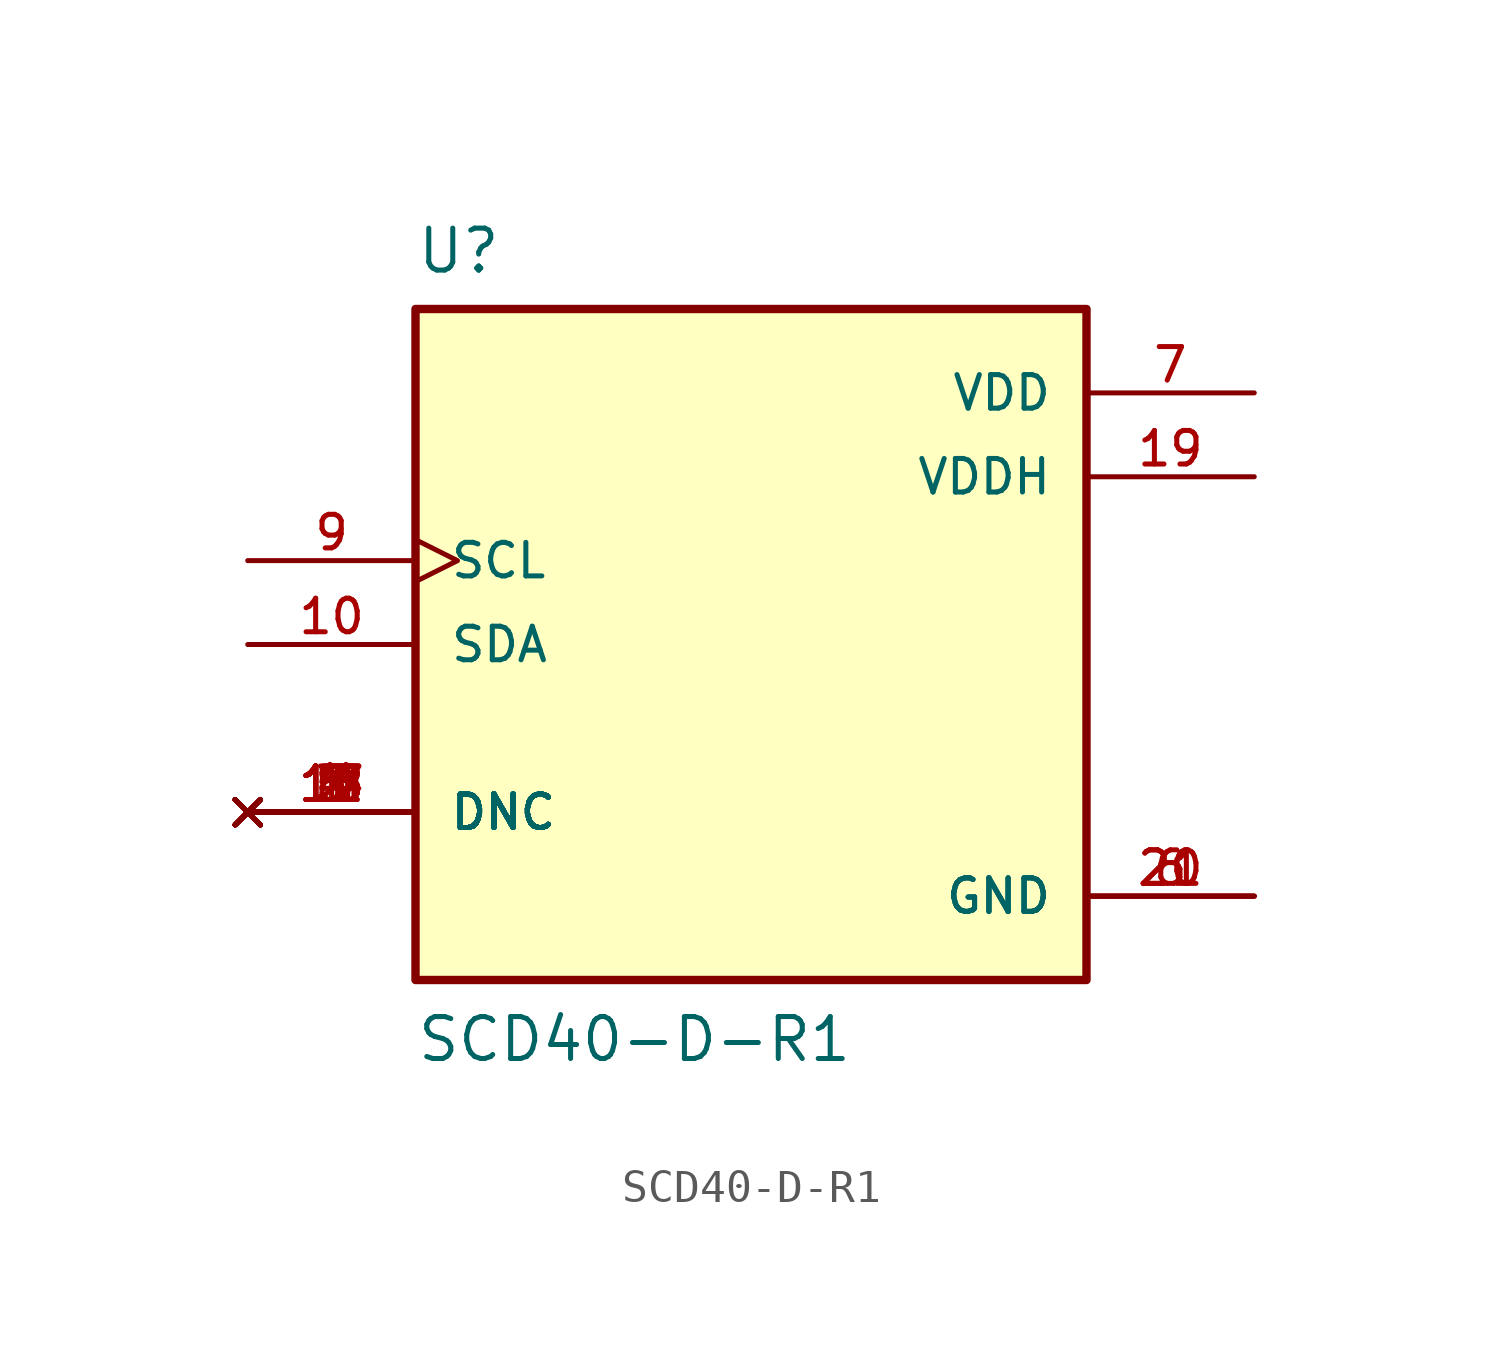
<source format=kicad_sym>
(kicad_symbol_lib
  (version 20211014)
  (generator kicad_symbol_editor)
  (symbol "SCD40-D-R1"
    (pin_names
      (offset 1.016))
    (property "Reference" "U"
      (at -10.16 11.176 0)
      (effects (font (size 1.27 1.27)) (justify bottom left)))
    (property "Value" "SCD40-D-R1"
      (at -10.16 -12.7 0)
      (effects (font (size 1.27 1.27)) (justify bottom left)))
    (symbol "SCD40-D-R1_0_0"
      (rectangle (start -10.16 -10.16) (end 10.16 10.16) (stroke (width 0.254)) (fill (type background)))
      (pin power_in line (at 15.24 7.62 180.0) (length 5.08) (name "VDD" (effects (font (size 1.016 1.016)))) (number "7" (effects (font (size 1.016 1.016)))))
      (pin power_in line (at 15.24 5.08 180.0) (length 5.08) (name "VDDH" (effects (font (size 1.016 1.016)))) (number "19" (effects (font (size 1.016 1.016)))))
      (pin power_in line (at 15.24 -7.62 180.0) (length 5.08) (name "GND" (effects (font (size 1.016 1.016)))) (number "6" (effects (font (size 1.016 1.016)))))
      (pin power_in line (at 15.24 -7.62 180.0) (length 5.08) (name "GND" (effects (font (size 1.016 1.016)))) (number "20" (effects (font (size 1.016 1.016)))))
      (pin power_in line (at 15.24 -7.62 180.0) (length 5.08) (name "GND" (effects (font (size 1.016 1.016)))) (number "21" (effects (font (size 1.016 1.016)))))
      (pin bidirectional line (at -15.24 0.0 0) (length 5.08) (name "SDA" (effects (font (size 1.016 1.016)))) (number "10" (effects (font (size 1.016 1.016)))))
      (pin input clock (at -15.24 2.54 0) (length 5.08) (name "SCL" (effects (font (size 1.016 1.016)))) (number "9" (effects (font (size 1.016 1.016)))))
      (pin no_connect line (at -15.24 -5.08 0) (length 5.08) (name "DNC" (effects (font (size 1.016 1.016)))) (number "1" (effects (font (size 1.016 1.016)))))
      (pin no_connect line (at -15.24 -5.08 0) (length 5.08) (name "DNC" (effects (font (size 1.016 1.016)))) (number "2" (effects (font (size 1.016 1.016)))))
      (pin no_connect line (at -15.24 -5.08 0) (length 5.08) (name "DNC" (effects (font (size 1.016 1.016)))) (number "3" (effects (font (size 1.016 1.016)))))
      (pin no_connect line (at -15.24 -5.08 0) (length 5.08) (name "DNC" (effects (font (size 1.016 1.016)))) (number "4" (effects (font (size 1.016 1.016)))))
      (pin no_connect line (at -15.24 -5.08 0) (length 5.08) (name "DNC" (effects (font (size 1.016 1.016)))) (number "5" (effects (font (size 1.016 1.016)))))
      (pin no_connect line (at -15.24 -5.08 0) (length 5.08) (name "DNC" (effects (font (size 1.016 1.016)))) (number "8" (effects (font (size 1.016 1.016)))))
      (pin no_connect line (at -15.24 -5.08 0) (length 5.08) (name "DNC" (effects (font (size 1.016 1.016)))) (number "11" (effects (font (size 1.016 1.016)))))
      (pin no_connect line (at -15.24 -5.08 0) (length 5.08) (name "DNC" (effects (font (size 1.016 1.016)))) (number "12" (effects (font (size 1.016 1.016)))))
      (pin no_connect line (at -15.24 -5.08 0) (length 5.08) (name "DNC" (effects (font (size 1.016 1.016)))) (number "13" (effects (font (size 1.016 1.016)))))
      (pin no_connect line (at -15.24 -5.08 0) (length 5.08) (name "DNC" (effects (font (size 1.016 1.016)))) (number "14" (effects (font (size 1.016 1.016)))))
      (pin no_connect line (at -15.24 -5.08 0) (length 5.08) (name "DNC" (effects (font (size 1.016 1.016)))) (number "15" (effects (font (size 1.016 1.016)))))
      (pin no_connect line (at -15.24 -5.08 0) (length 5.08) (name "DNC" (effects (font (size 1.016 1.016)))) (number "16" (effects (font (size 1.016 1.016)))))
      (pin no_connect line (at -15.24 -5.08 0) (length 5.08) (name "DNC" (effects (font (size 1.016 1.016)))) (number "17" (effects (font (size 1.016 1.016)))))
      (pin no_connect line (at -15.24 -5.08 0) (length 5.08) (name "DNC" (effects (font (size 1.016 1.016)))) (number "18" (effects (font (size 1.016 1.016))))))))
</source>
